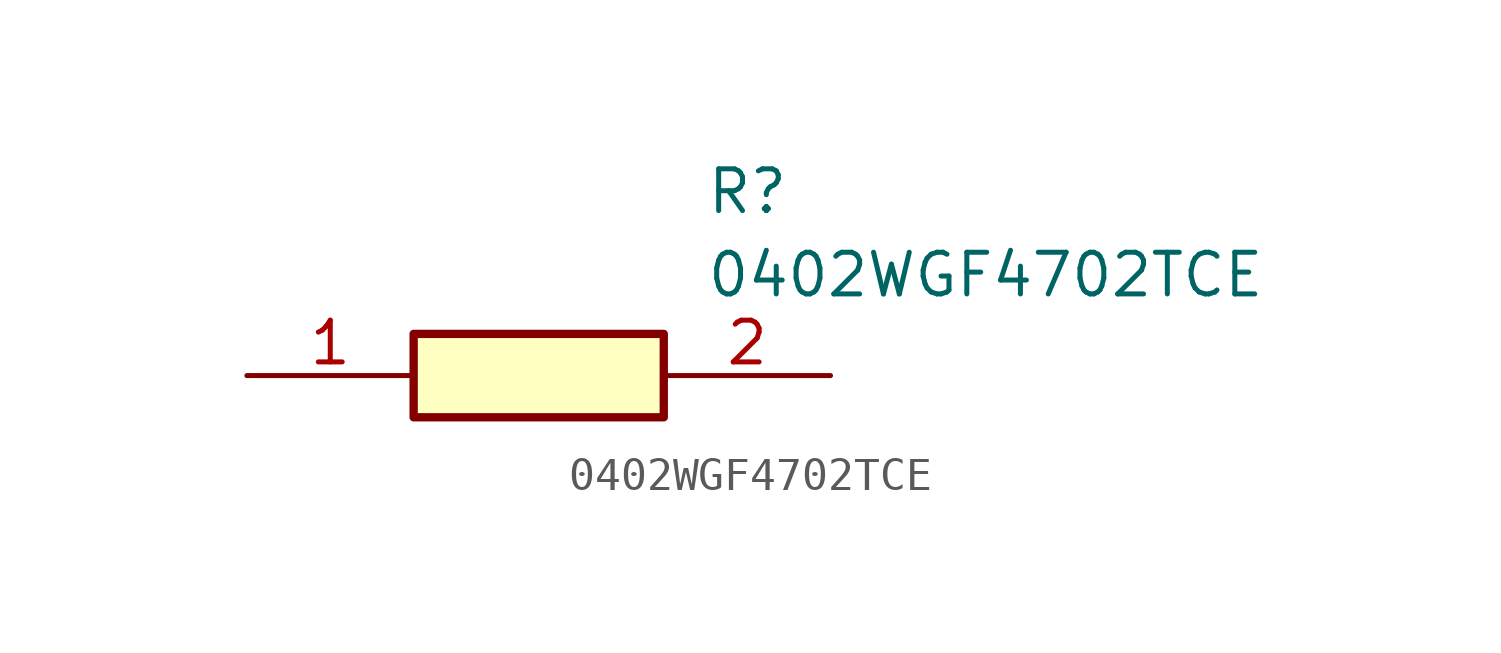
<source format=kicad_sym>
(kicad_symbol_lib
  (version 20211014)
  (generator SamacSys_ECAD_Model)
  (symbol "0402WGF4702TCE"
    (pin_names hide)
    (property "Reference" "R"
      (at 13.97 6.35 0)
      (effects (font (size 1.27 1.27)) (justify left top)))
    (property "Value" "0402WGF4702TCE"
      (at 13.97 3.81 0)
      (effects (font (size 1.27 1.27)) (justify left top)))
    (rectangle
      (start 5.08 1.27)
      (end 12.7 -1.27)
      (stroke (width 0.254) (type default))
      (fill (type background)))
    (pin passive line
      (at 0 0 0)
      (length 5.08)
      (name "1" (effects (font (size 1.27 1.27))))
      (number "1" (effects (font (size 1.27 1.27)))))
    (pin passive line
      (at 17.78 0 180)
      (length 5.08)
      (name "2" (effects (font (size 1.27 1.27))))
      (number "2" (effects (font (size 1.27 1.27)))))))
</source>
